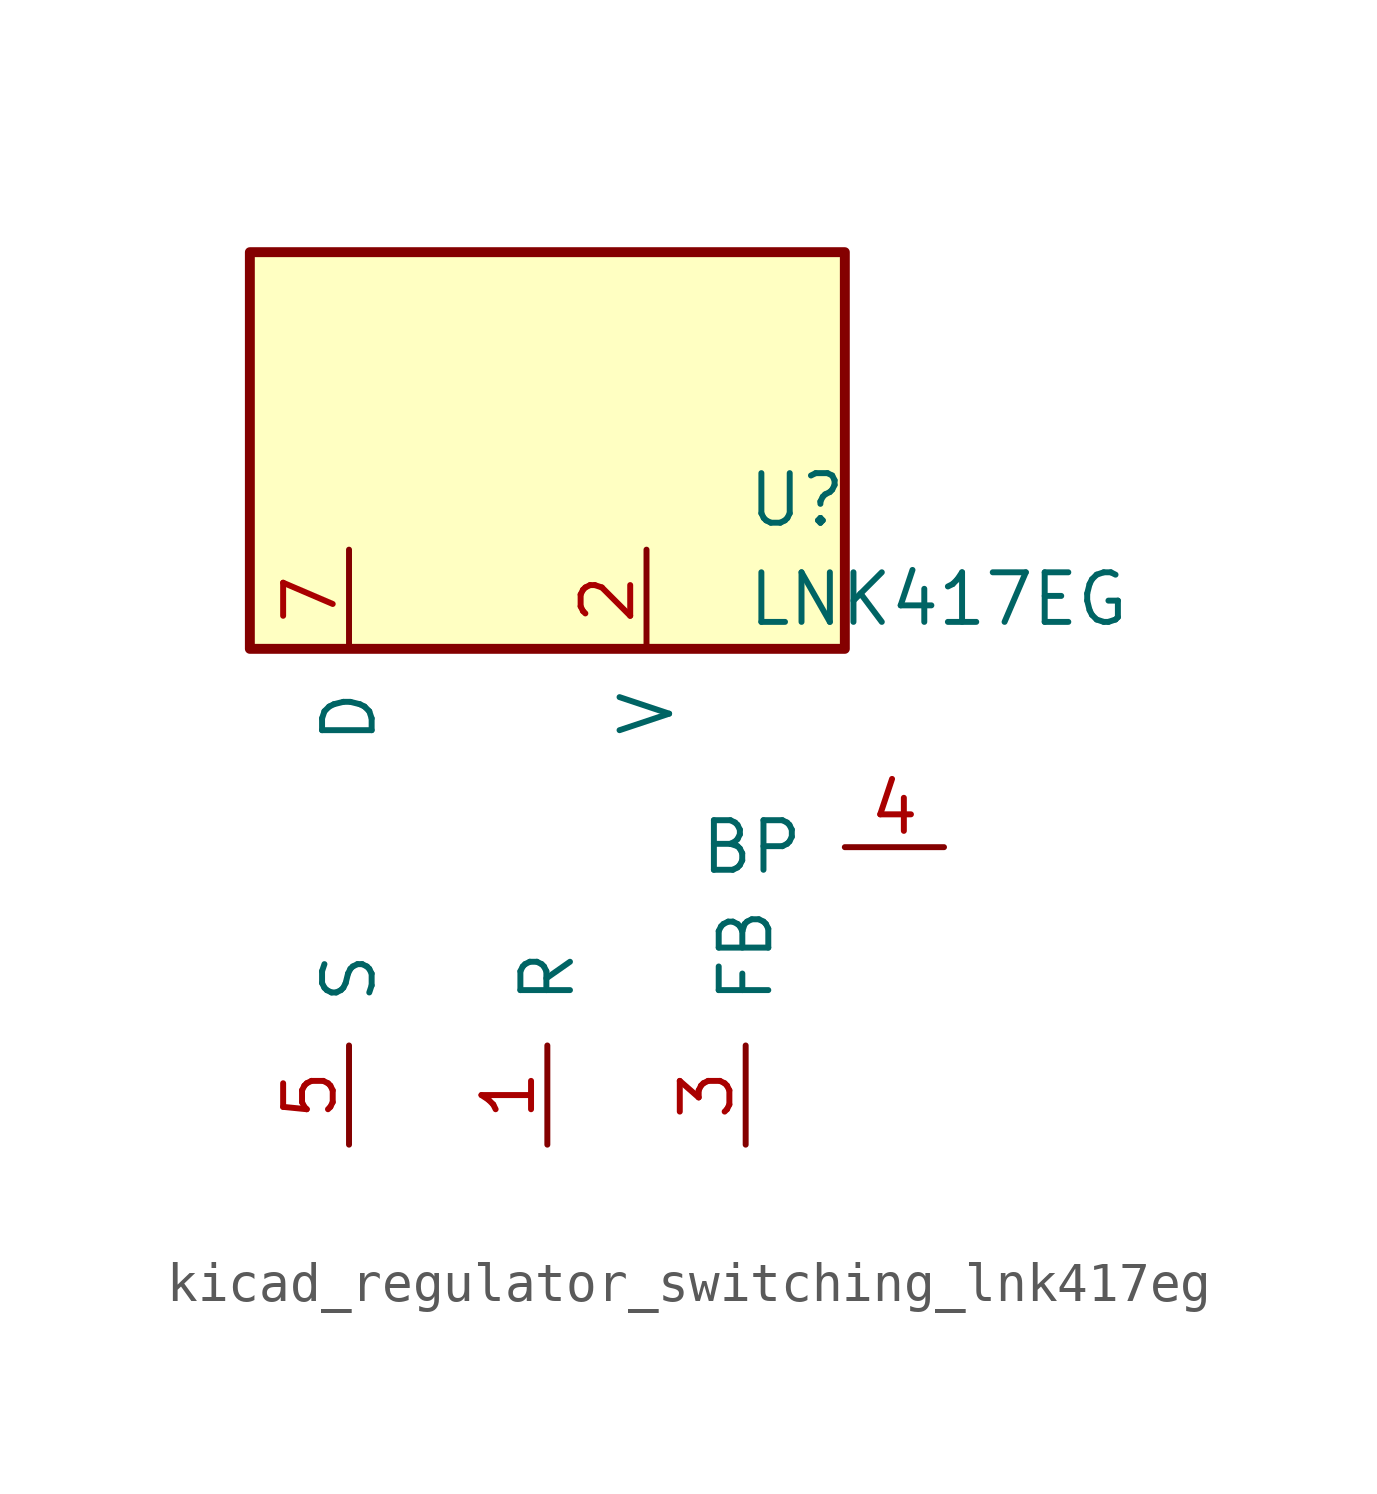
<source format=kicad_sym>
(kicad_symbol_lib
  (version 20220914)
  (generator kicad_symbol_editor)
  (symbol "kicad_regulator_switching_lnk417eg"
    (pin_names
      (offset 1.016))
    (property "Reference" "U"
      (at 5.08 8.89 0)
      (effects (font (size 1.27 1.27)) (justify left)))
    (property "Value" "LNK417EG"
      (at 5.08 6.35 0)
      (effects (font (size 1.27 1.27)) (justify left)))
    (symbol "kicad_regulator_switching_lnk417eg_0_1"
      (rectangle (start 7.62 15.24) (end -7.62 5.08) (stroke (width 0.254) (type default)) (fill (type background))))
    (symbol "kicad_regulator_switching_lnk417eg_1_1"
      (pin input line (at 0 -7.62 90) (length 2.54) (name "R" (effects (font (size 1.27 1.27)))) (number "1" (effects (font (size 1.27 1.27)))))
      (pin input line (at 2.54 7.62 270) (length 2.54) (name "V" (effects (font (size 1.27 1.27)))) (number "2" (effects (font (size 1.27 1.27)))))
      (pin input line (at 5.08 -7.62 90) (length 2.54) (name "FB" (effects (font (size 1.27 1.27)))) (number "3" (effects (font (size 1.27 1.27)))))
      (pin input line (at 10.16 0 180) (length 2.54) (name "BP" (effects (font (size 1.27 1.27)))) (number "4" (effects (font (size 1.27 1.27)))))
      (pin power_in line (at -5.08 -7.62 90) (length 2.54) (name "S" (effects (font (size 1.27 1.27)))) (number "5" (effects (font (size 1.27 1.27)))))
      (pin open_collector line (at -5.08 7.62 270) (length 2.54) (name "D" (effects (font (size 1.27 1.27)))) (number "7" (effects (font (size 1.27 1.27))))))))
</source>
